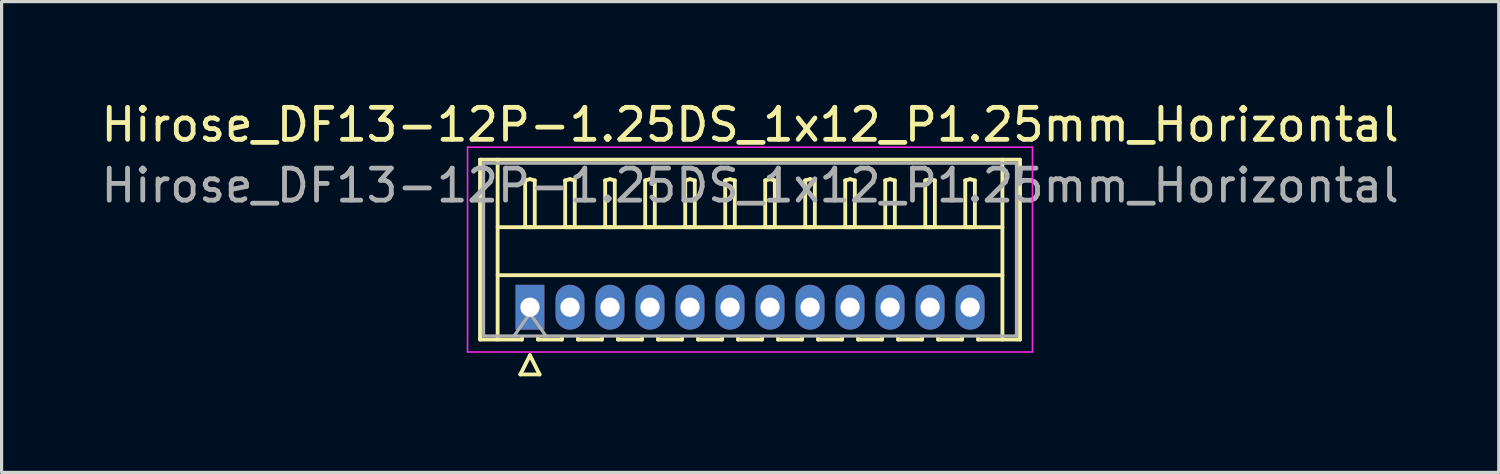
<source format=kicad_pcb>
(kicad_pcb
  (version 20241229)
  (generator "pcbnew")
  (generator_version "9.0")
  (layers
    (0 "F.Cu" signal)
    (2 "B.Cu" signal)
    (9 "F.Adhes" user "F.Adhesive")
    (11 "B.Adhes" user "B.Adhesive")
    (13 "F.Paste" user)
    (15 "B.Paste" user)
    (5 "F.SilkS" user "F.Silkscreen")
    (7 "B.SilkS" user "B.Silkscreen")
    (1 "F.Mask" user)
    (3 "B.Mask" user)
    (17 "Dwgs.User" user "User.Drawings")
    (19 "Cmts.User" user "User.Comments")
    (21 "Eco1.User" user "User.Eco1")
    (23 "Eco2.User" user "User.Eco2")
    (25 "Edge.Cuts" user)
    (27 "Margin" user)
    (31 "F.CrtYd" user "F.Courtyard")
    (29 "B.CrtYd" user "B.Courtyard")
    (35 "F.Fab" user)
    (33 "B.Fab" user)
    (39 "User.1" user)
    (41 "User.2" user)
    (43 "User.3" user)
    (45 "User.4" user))
  (footprint "Hirose_DF13-12P-1.25DS_1x12_P1.25mm_Horizontal"
    (layer "F.Cu")
    (at 13.507 6.548)
    (property "Reference" "Hirose_DF13-12P-1.25DS_1x12_P1.25mm_Horizontal" (at 6.88 -5.7 0) (layer "F.SilkS") (effects (font (size 1 1) (thickness 0.15))))
    (attr through_hole)
    (fp_line (start -1.56 -4.61) (end 15.31 -4.61) (stroke (width 0.12) (type solid)) (layer "F.SilkS"))
    (fp_line (start -1.56 1.01) (end -1.56 -4.61) (stroke (width 0.12) (type solid)) (layer "F.SilkS"))
    (fp_line (start -1.01 -4.61) (end -1.01 1.01) (stroke (width 0.12) (type solid)) (layer "F.SilkS"))
    (fp_line (start -1.01 -2.5) (end 14.76 -2.5) (stroke (width 0.12) (type solid)) (layer "F.SilkS"))
    (fp_line (start -1.01 -1) (end 14.76 -1) (stroke (width 0.12) (type solid)) (layer "F.SilkS"))
    (fp_line (start -0.3 2.1) (end 0.3 2.1) (stroke (width 0.12) (type solid)) (layer "F.SilkS"))
    (fp_line (start -0.25 0.96) (end -0.25 1.01) (stroke (width 0.12) (type solid)) (layer "F.SilkS"))
    (fp_line (start -0.25 1.01) (end -1.56 1.01) (stroke (width 0.12) (type solid)) (layer "F.SilkS"))
    (fp_line (start -0.15 -3.962) (end 0 -4) (stroke (width 0.12) (type solid)) (layer "F.SilkS"))
    (fp_line (start -0.15 -2.5) (end -0.15 -3.962) (stroke (width 0.12) (type solid)) (layer "F.SilkS"))
    (fp_line (start 0 -4) (end 0.15 -3.962) (stroke (width 0.12) (type solid)) (layer "F.SilkS"))
    (fp_line (start 0 -2.5) (end -0.15 -2.5) (stroke (width 0.12) (type solid)) (layer "F.SilkS"))
    (fp_line (start 0 1.5) (end -0.3 2.1) (stroke (width 0.12) (type solid)) (layer "F.SilkS"))
    (fp_line (start 0.15 -3.962) (end 0.15 -2.5) (stroke (width 0.12) (type solid)) (layer "F.SilkS"))
    (fp_line (start 0.15 -2.5) (end 0 -2.5) (stroke (width 0.12) (type solid)) (layer "F.SilkS"))
    (fp_line (start 0.25 0.96) (end 0.25 1.01) (stroke (width 0.12) (type solid)) (layer "F.SilkS"))
    (fp_line (start 0.25 1.01) (end 1 1.01) (stroke (width 0.12) (type solid)) (layer "F.SilkS"))
    (fp_line (start 0.3 2.1) (end 0 1.5) (stroke (width 0.12) (type solid)) (layer "F.SilkS"))
    (fp_line (start 1 1.01) (end 1 0.96) (stroke (width 0.12) (type solid)) (layer "F.SilkS"))
    (fp_line (start 1.1 -3.962) (end 1.25 -4) (stroke (width 0.12) (type solid)) (layer "F.SilkS"))
    (fp_line (start 1.1 -2.5) (end 1.1 -3.962) (stroke (width 0.12) (type solid)) (layer "F.SilkS"))
    (fp_line (start 1.25 -4) (end 1.4 -3.962) (stroke (width 0.12) (type solid)) (layer "F.SilkS"))
    (fp_line (start 1.25 -2.5) (end 1.1 -2.5) (stroke (width 0.12) (type solid)) (layer "F.SilkS"))
    (fp_line (start 1.4 -3.962) (end 1.4 -2.5) (stroke (width 0.12) (type solid)) (layer "F.SilkS"))
    (fp_line (start 1.4 -2.5) (end 1.25 -2.5) (stroke (width 0.12) (type solid)) (layer "F.SilkS"))
    (fp_line (start 1.5 0.96) (end 1.5 1.01) (stroke (width 0.12) (type solid)) (layer "F.SilkS"))
    (fp_line (start 1.5 1.01) (end 2.25 1.01) (stroke (width 0.12) (type solid)) (layer "F.SilkS"))
    (fp_line (start 2.25 1.01) (end 2.25 0.96) (stroke (width 0.12) (type solid)) (layer "F.SilkS"))
    (fp_line (start 2.35 -3.962) (end 2.5 -4) (stroke (width 0.12) (type solid)) (layer "F.SilkS"))
    (fp_line (start 2.35 -2.5) (end 2.35 -3.962) (stroke (width 0.12) (type solid)) (layer "F.SilkS"))
    (fp_line (start 2.5 -4) (end 2.65 -3.962) (stroke (width 0.12) (type solid)) (layer "F.SilkS"))
    (fp_line (start 2.5 -2.5) (end 2.35 -2.5) (stroke (width 0.12) (type solid)) (layer "F.SilkS"))
    (fp_line (start 2.65 -3.962) (end 2.65 -2.5) (stroke (width 0.12) (type solid)) (layer "F.SilkS"))
    (fp_line (start 2.65 -2.5) (end 2.5 -2.5) (stroke (width 0.12) (type solid)) (layer "F.SilkS"))
    (fp_line (start 2.75 0.96) (end 2.75 1.01) (stroke (width 0.12) (type solid)) (layer "F.SilkS"))
    (fp_line (start 2.75 1.01) (end 3.5 1.01) (stroke (width 0.12) (type solid)) (layer "F.SilkS"))
    (fp_line (start 3.5 1.01) (end 3.5 0.96) (stroke (width 0.12) (type solid)) (layer "F.SilkS"))
    (fp_line (start 3.6 -3.962) (end 3.75 -4) (stroke (width 0.12) (type solid)) (layer "F.SilkS"))
    (fp_line (start 3.6 -2.5) (end 3.6 -3.962) (stroke (width 0.12) (type solid)) (layer "F.SilkS"))
    (fp_line (start 3.75 -4) (end 3.9 -3.962) (stroke (width 0.12) (type solid)) (layer "F.SilkS"))
    (fp_line (start 3.75 -2.5) (end 3.6 -2.5) (stroke (width 0.12) (type solid)) (layer "F.SilkS"))
    (fp_line (start 3.9 -3.962) (end 3.9 -2.5) (stroke (width 0.12) (type solid)) (layer "F.SilkS"))
    (fp_line (start 3.9 -2.5) (end 3.75 -2.5) (stroke (width 0.12) (type solid)) (layer "F.SilkS"))
    (fp_line (start 4 0.96) (end 4 1.01) (stroke (width 0.12) (type solid)) (layer "F.SilkS"))
    (fp_line (start 4 1.01) (end 4.75 1.01) (stroke (width 0.12) (type solid)) (layer "F.SilkS"))
    (fp_line (start 4.75 1.01) (end 4.75 0.96) (stroke (width 0.12) (type solid)) (layer "F.SilkS"))
    (fp_line (start 4.85 -3.962) (end 5 -4) (stroke (width 0.12) (type solid)) (layer "F.SilkS"))
    (fp_line (start 4.85 -2.5) (end 4.85 -3.962) (stroke (width 0.12) (type solid)) (layer "F.SilkS"))
    (fp_line (start 5 -4) (end 5.15 -3.962) (stroke (width 0.12) (type solid)) (layer "F.SilkS"))
    (fp_line (start 5 -2.5) (end 4.85 -2.5) (stroke (width 0.12) (type solid)) (layer "F.SilkS"))
    (fp_line (start 5.15 -3.962) (end 5.15 -2.5) (stroke (width 0.12) (type solid)) (layer "F.SilkS"))
    (fp_line (start 5.15 -2.5) (end 5 -2.5) (stroke (width 0.12) (type solid)) (layer "F.SilkS"))
    (fp_line (start 5.25 0.96) (end 5.25 1.01) (stroke (width 0.12) (type solid)) (layer "F.SilkS"))
    (fp_line (start 5.25 1.01) (end 6 1.01) (stroke (width 0.12) (type solid)) (layer "F.SilkS"))
    (fp_line (start 6 1.01) (end 6 0.96) (stroke (width 0.12) (type solid)) (layer "F.SilkS"))
    (fp_line (start 6.1 -3.962) (end 6.25 -4) (stroke (width 0.12) (type solid)) (layer "F.SilkS"))
    (fp_line (start 6.1 -2.5) (end 6.1 -3.962) (stroke (width 0.12) (type solid)) (layer "F.SilkS"))
    (fp_line (start 6.25 -4) (end 6.4 -3.962) (stroke (width 0.12) (type solid)) (layer "F.SilkS"))
    (fp_line (start 6.25 -2.5) (end 6.1 -2.5) (stroke (width 0.12) (type solid)) (layer "F.SilkS"))
    (fp_line (start 6.4 -3.962) (end 6.4 -2.5) (stroke (width 0.12) (type solid)) (layer "F.SilkS"))
    (fp_line (start 6.4 -2.5) (end 6.25 -2.5) (stroke (width 0.12) (type solid)) (layer "F.SilkS"))
    (fp_line (start 6.5 0.96) (end 6.5 1.01) (stroke (width 0.12) (type solid)) (layer "F.SilkS"))
    (fp_line (start 6.5 1.01) (end 7.25 1.01) (stroke (width 0.12) (type solid)) (layer "F.SilkS"))
    (fp_line (start 7.25 1.01) (end 7.25 0.96) (stroke (width 0.12) (type solid)) (layer "F.SilkS"))
    (fp_line (start 7.35 -3.962) (end 7.5 -4) (stroke (width 0.12) (type solid)) (layer "F.SilkS"))
    (fp_line (start 7.35 -2.5) (end 7.35 -3.962) (stroke (width 0.12) (type solid)) (layer "F.SilkS"))
    (fp_line (start 7.5 -4) (end 7.65 -3.962) (stroke (width 0.12) (type solid)) (layer "F.SilkS"))
    (fp_line (start 7.5 -2.5) (end 7.35 -2.5) (stroke (width 0.12) (type solid)) (layer "F.SilkS"))
    (fp_line (start 7.65 -3.962) (end 7.65 -2.5) (stroke (width 0.12) (type solid)) (layer "F.SilkS"))
    (fp_line (start 7.65 -2.5) (end 7.5 -2.5) (stroke (width 0.12) (type solid)) (layer "F.SilkS"))
    (fp_line (start 7.75 0.96) (end 7.75 1.01) (stroke (width 0.12) (type solid)) (layer "F.SilkS"))
    (fp_line (start 7.75 1.01) (end 8.5 1.01) (stroke (width 0.12) (type solid)) (layer "F.SilkS"))
    (fp_line (start 8.5 1.01) (end 8.5 0.96) (stroke (width 0.12) (type solid)) (layer "F.SilkS"))
    (fp_line (start 8.6 -3.962) (end 8.75 -4) (stroke (width 0.12) (type solid)) (layer "F.SilkS"))
    (fp_line (start 8.6 -2.5) (end 8.6 -3.962) (stroke (width 0.12) (type solid)) (layer "F.SilkS"))
    (fp_line (start 8.75 -4) (end 8.9 -3.962) (stroke (width 0.12) (type solid)) (layer "F.SilkS"))
    (fp_line (start 8.75 -2.5) (end 8.6 -2.5) (stroke (width 0.12) (type solid)) (layer "F.SilkS"))
    (fp_line (start 8.9 -3.962) (end 8.9 -2.5) (stroke (width 0.12) (type solid)) (layer "F.SilkS"))
    (fp_line (start 8.9 -2.5) (end 8.75 -2.5) (stroke (width 0.12) (type solid)) (layer "F.SilkS"))
    (fp_line (start 9 0.96) (end 9 1.01) (stroke (width 0.12) (type solid)) (layer "F.SilkS"))
    (fp_line (start 9 1.01) (end 9.75 1.01) (stroke (width 0.12) (type solid)) (layer "F.SilkS"))
    (fp_line (start 9.75 1.01) (end 9.75 0.96) (stroke (width 0.12) (type solid)) (layer "F.SilkS"))
    (fp_line (start 9.85 -3.962) (end 10 -4) (stroke (width 0.12) (type solid)) (layer "F.SilkS"))
    (fp_line (start 9.85 -2.5) (end 9.85 -3.962) (stroke (width 0.12) (type solid)) (layer "F.SilkS"))
    (fp_line (start 10 -4) (end 10.15 -3.962) (stroke (width 0.12) (type solid)) (layer "F.SilkS"))
    (fp_line (start 10 -2.5) (end 9.85 -2.5) (stroke (width 0.12) (type solid)) (layer "F.SilkS"))
    (fp_line (start 10.15 -3.962) (end 10.15 -2.5) (stroke (width 0.12) (type solid)) (layer "F.SilkS"))
    (fp_line (start 10.15 -2.5) (end 10 -2.5) (stroke (width 0.12) (type solid)) (layer "F.SilkS"))
    (fp_line (start 10.25 0.96) (end 10.25 1.01) (stroke (width 0.12) (type solid)) (layer "F.SilkS"))
    (fp_line (start 10.25 1.01) (end 11 1.01) (stroke (width 0.12) (type solid)) (layer "F.SilkS"))
    (fp_line (start 11 1.01) (end 11 0.96) (stroke (width 0.12) (type solid)) (layer "F.SilkS"))
    (fp_line (start 11.1 -3.962) (end 11.25 -4) (stroke (width 0.12) (type solid)) (layer "F.SilkS"))
    (fp_line (start 11.1 -2.5) (end 11.1 -3.962) (stroke (width 0.12) (type solid)) (layer "F.SilkS"))
    (fp_line (start 11.25 -4) (end 11.4 -3.962) (stroke (width 0.12) (type solid)) (layer "F.SilkS"))
    (fp_line (start 11.25 -2.5) (end 11.1 -2.5) (stroke (width 0.12) (type solid)) (layer "F.SilkS"))
    (fp_line (start 11.4 -3.962) (end 11.4 -2.5) (stroke (width 0.12) (type solid)) (layer "F.SilkS"))
    (fp_line (start 11.4 -2.5) (end 11.25 -2.5) (stroke (width 0.12) (type solid)) (layer "F.SilkS"))
    (fp_line (start 11.5 0.96) (end 11.5 1.01) (stroke (width 0.12) (type solid)) (layer "F.SilkS"))
    (fp_line (start 11.5 1.01) (end 12.25 1.01) (stroke (width 0.12) (type solid)) (layer "F.SilkS"))
    (fp_line (start 12.25 1.01) (end 12.25 0.96) (stroke (width 0.12) (type solid)) (layer "F.SilkS"))
    (fp_line (start 12.35 -3.962) (end 12.5 -4) (stroke (width 0.12) (type solid)) (layer "F.SilkS"))
    (fp_line (start 12.35 -2.5) (end 12.35 -3.962) (stroke (width 0.12) (type solid)) (layer "F.SilkS"))
    (fp_line (start 12.5 -4) (end 12.65 -3.962) (stroke (width 0.12) (type solid)) (layer "F.SilkS"))
    (fp_line (start 12.5 -2.5) (end 12.35 -2.5) (stroke (width 0.12) (type solid)) (layer "F.SilkS"))
    (fp_line (start 12.65 -3.962) (end 12.65 -2.5) (stroke (width 0.12) (type solid)) (layer "F.SilkS"))
    (fp_line (start 12.65 -2.5) (end 12.5 -2.5) (stroke (width 0.12) (type solid)) (layer "F.SilkS"))
    (fp_line (start 12.75 0.96) (end 12.75 1.01) (stroke (width 0.12) (type solid)) (layer "F.SilkS"))
    (fp_line (start 12.75 1.01) (end 13.5 1.01) (stroke (width 0.12) (type solid)) (layer "F.SilkS"))
    (fp_line (start 13.5 1.01) (end 13.5 0.96) (stroke (width 0.12) (type solid)) (layer "F.SilkS"))
    (fp_line (start 13.6 -3.962) (end 13.75 -4) (stroke (width 0.12) (type solid)) (layer "F.SilkS"))
    (fp_line (start 13.6 -2.5) (end 13.6 -3.962) (stroke (width 0.12) (type solid)) (layer "F.SilkS"))
    (fp_line (start 13.75 -4) (end 13.9 -3.962) (stroke (width 0.12) (type solid)) (layer "F.SilkS"))
    (fp_line (start 13.75 -2.5) (end 13.6 -2.5) (stroke (width 0.12) (type solid)) (layer "F.SilkS"))
    (fp_line (start 13.9 -3.962) (end 13.9 -2.5) (stroke (width 0.12) (type solid)) (layer "F.SilkS"))
    (fp_line (start 13.9 -2.5) (end 13.75 -2.5) (stroke (width 0.12) (type solid)) (layer "F.SilkS"))
    (fp_line (start 14 1.01) (end 14 0.96) (stroke (width 0.12) (type solid)) (layer "F.SilkS"))
    (fp_line (start 14.76 -4.61) (end 14.76 1.01) (stroke (width 0.12) (type solid)) (layer "F.SilkS"))
    (fp_line (start 15.31 -4.61) (end 15.31 1.01) (stroke (width 0.12) (type solid)) (layer "F.SilkS"))
    (fp_line (start 15.31 1.01) (end 14 1.01) (stroke (width 0.12) (type solid)) (layer "F.SilkS"))
    (fp_line (start -1.95 -5) (end -1.95 1.4) (stroke (width 0.05) (type solid)) (layer "F.CrtYd"))
    (fp_line (start -1.95 1.4) (end 15.7 1.4) (stroke (width 0.05) (type solid)) (layer "F.CrtYd"))
    (fp_line (start 15.7 -5) (end -1.95 -5) (stroke (width 0.05) (type solid)) (layer "F.CrtYd"))
    (fp_line (start 15.7 1.4) (end 15.7 -5) (stroke (width 0.05) (type solid)) (layer "F.CrtYd"))
    (fp_line (start -1.45 -4.5) (end -1.45 0.9) (stroke (width 0.1) (type solid)) (layer "F.Fab"))
    (fp_line (start -1.45 0.9) (end 15.2 0.9) (stroke (width 0.1) (type solid)) (layer "F.Fab"))
    (fp_line (start -0.5 0.9) (end 0 0.193) (stroke (width 0.1) (type solid)) (layer "F.Fab"))
    (fp_line (start 0 0.193) (end 0.5 0.9) (stroke (width 0.1) (type solid)) (layer "F.Fab"))
    (fp_line (start 15.2 -4.5) (end -1.45 -4.5) (stroke (width 0.1) (type solid)) (layer "F.Fab"))
    (fp_line (start 15.2 0.9) (end 15.2 -4.5) (stroke (width 0.1) (type solid)) (layer "F.Fab"))
    (fp_text user "${REFERENCE}" (at 6.88 -3.8 0) (layer "F.Fab") (effects (font (size 1 1) (thickness 0.15))))
    (pad "1" thru_hole rect (at 0 0) (size 0.9 1.4) (drill 0.6) (layers "*.Cu" "*.Mask"))
    (pad "2" thru_hole oval (at 1.25 0) (size 0.9 1.4) (drill 0.6) (layers "*.Cu" "*.Mask"))
    (pad "3" thru_hole oval (at 2.5 0) (size 0.9 1.4) (drill 0.6) (layers "*.Cu" "*.Mask"))
    (pad "4" thru_hole oval (at 3.75 0) (size 0.9 1.4) (drill 0.6) (layers "*.Cu" "*.Mask"))
    (pad "5" thru_hole oval (at 5 0) (size 0.9 1.4) (drill 0.6) (layers "*.Cu" "*.Mask"))
    (pad "6" thru_hole oval (at 6.25 0) (size 0.9 1.4) (drill 0.6) (layers "*.Cu" "*.Mask"))
    (pad "7" thru_hole oval (at 7.5 0) (size 0.9 1.4) (drill 0.6) (layers "*.Cu" "*.Mask"))
    (pad "8" thru_hole oval (at 8.75 0) (size 0.9 1.4) (drill 0.6) (layers "*.Cu" "*.Mask"))
    (pad "9" thru_hole oval (at 10 0) (size 0.9 1.4) (drill 0.6) (layers "*.Cu" "*.Mask"))
    (pad "10" thru_hole oval (at 11.25 0) (size 0.9 1.4) (drill 0.6) (layers "*.Cu" "*.Mask"))
    (pad "11" thru_hole oval (at 12.5 0) (size 0.9 1.4) (drill 0.6) (layers "*.Cu" "*.Mask"))
    (pad "12" thru_hole oval (at 13.75 0) (size 0.9 1.4) (drill 0.6) (layers "*.Cu" "*.Mask")))
  (gr_rect
    (start -3 -3)
    (end 43.774 11.708)
    (stroke (width 0.1) (type default))
    (fill no)
    (layer "Edge.Cuts")))
</source>
